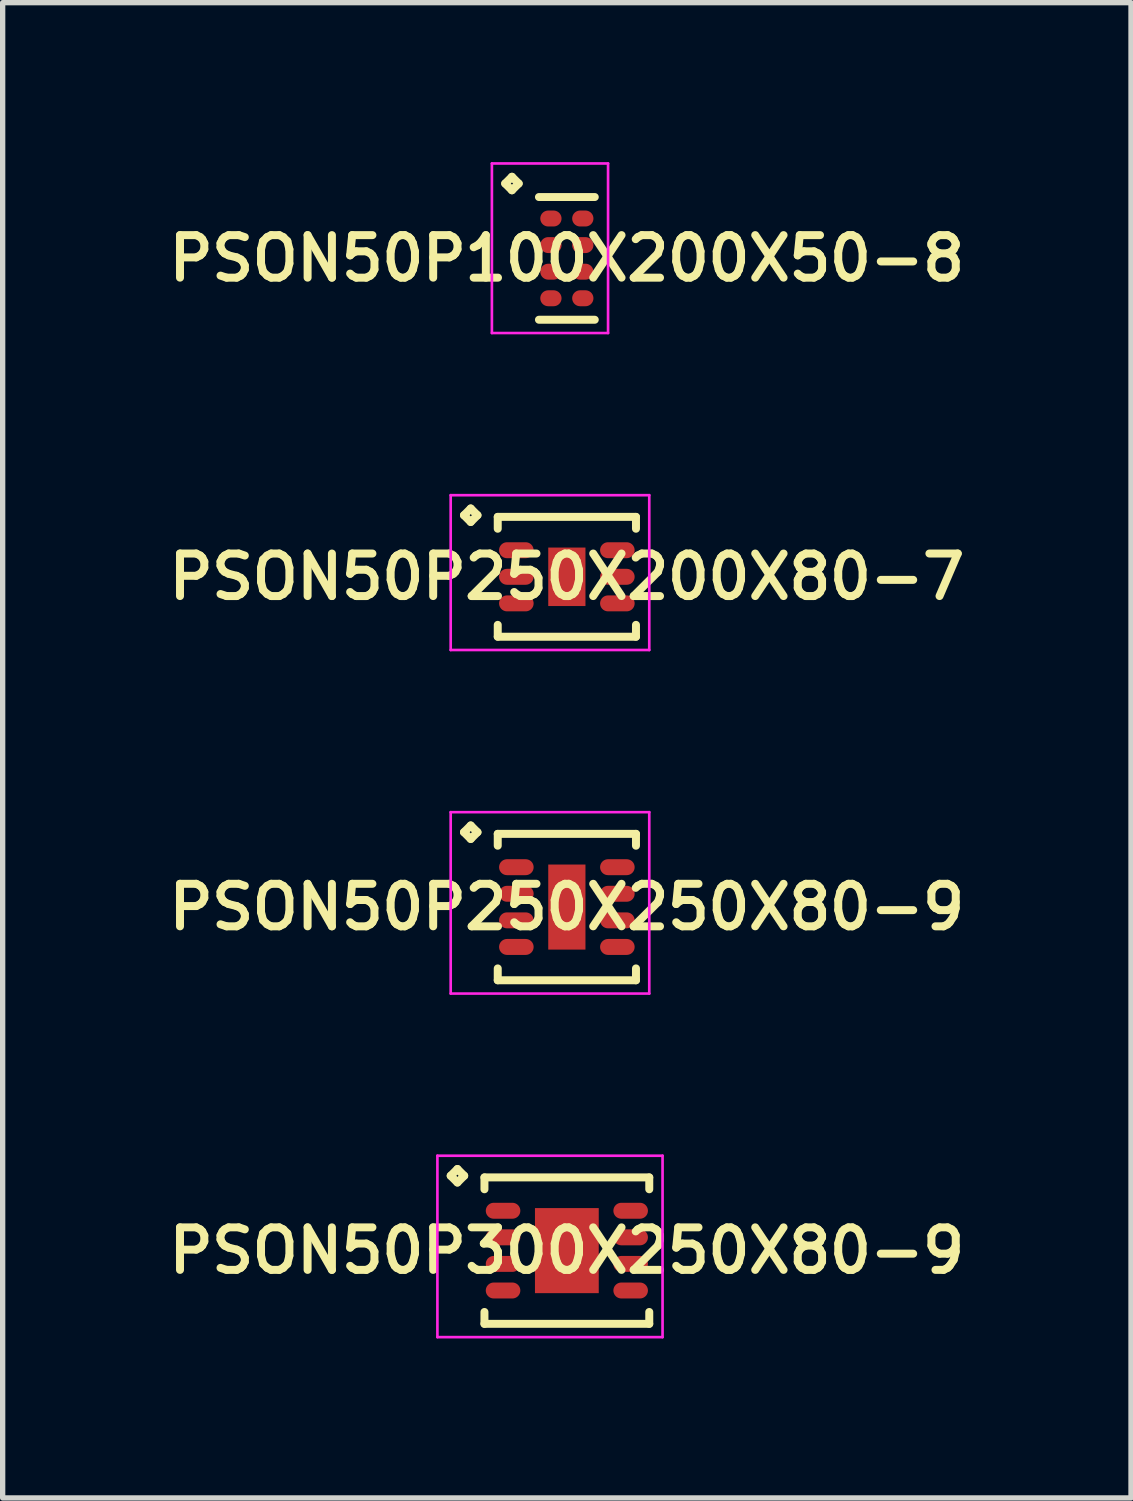
<source format=kicad_pcb>
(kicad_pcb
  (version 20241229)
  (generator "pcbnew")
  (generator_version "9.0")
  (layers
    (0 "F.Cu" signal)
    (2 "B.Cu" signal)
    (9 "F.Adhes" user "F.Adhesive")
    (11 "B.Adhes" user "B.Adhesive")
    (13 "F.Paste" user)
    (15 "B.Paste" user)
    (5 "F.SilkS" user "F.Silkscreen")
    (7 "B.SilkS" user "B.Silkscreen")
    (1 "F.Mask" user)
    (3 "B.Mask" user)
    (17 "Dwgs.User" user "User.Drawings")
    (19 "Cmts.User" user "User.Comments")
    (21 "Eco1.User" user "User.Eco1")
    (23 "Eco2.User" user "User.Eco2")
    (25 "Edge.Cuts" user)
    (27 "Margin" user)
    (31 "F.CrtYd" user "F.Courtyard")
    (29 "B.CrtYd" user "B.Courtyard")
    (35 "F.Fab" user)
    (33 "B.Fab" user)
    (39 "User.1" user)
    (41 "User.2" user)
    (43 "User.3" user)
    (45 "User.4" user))
  (footprint "PSON50P300X250X80-9"
    (layer "F.Cu")
    (at 7.612 20.473)
    (property "Reference" "PSON50P300X250X80-9" (at 0 0 0) (layer "F.SilkS") (effects (font (size 0.8 0.8) (thickness 0.15))))
    (attr smd)
    (fp_line (start -2.185 -1.408) (end -2.058 -1.535) (stroke (width 0.15) (type solid)) (layer "F.SilkS"))
    (fp_line (start -2.058 -1.535) (end -1.931 -1.408) (stroke (width 0.15) (type solid)) (layer "F.SilkS"))
    (fp_line (start -2.058 -1.281) (end -2.185 -1.408) (stroke (width 0.15) (type solid)) (layer "F.SilkS"))
    (fp_line (start -1.931 -1.408) (end -2.058 -1.281) (stroke (width 0.15) (type solid)) (layer "F.SilkS"))
    (fp_line (start -1.55 -1.377) (end 1.55 -1.377) (stroke (width 0.15) (type solid)) (layer "F.SilkS"))
    (fp_line (start -1.55 -1.154) (end -1.55 -1.377) (stroke (width 0.15) (type solid)) (layer "F.SilkS"))
    (fp_line (start -1.55 1.154) (end -1.55 1.377) (stroke (width 0.15) (type solid)) (layer "F.SilkS"))
    (fp_line (start -1.55 1.377) (end 1.55 1.377) (stroke (width 0.15) (type solid)) (layer "F.SilkS"))
    (fp_line (start 1.55 -1.377) (end 1.55 -1.154) (stroke (width 0.15) (type solid)) (layer "F.SilkS"))
    (fp_line (start 1.55 1.377) (end 1.55 1.154) (stroke (width 0.15) (type solid)) (layer "F.SilkS"))
    (fp_line (start -2.435 -1.785) (end 1.8 -1.785) (stroke (width 0.05) (type solid)) (layer "F.CrtYd"))
    (fp_line (start -2.435 1.627) (end -2.435 -1.785) (stroke (width 0.05) (type solid)) (layer "F.CrtYd"))
    (fp_line (start 1.8 -1.785) (end 1.8 1.627) (stroke (width 0.05) (type solid)) (layer "F.CrtYd"))
    (fp_line (start 1.8 1.627) (end -2.435 1.627) (stroke (width 0.05) (type solid)) (layer "F.CrtYd"))
    (pad "1" smd oval (at -1.2 -0.75) (size 0.65 0.3) (layers "F.Cu" "F.Mask" "F.Paste"))
    (pad "2" smd oval (at -1.2 -0.25) (size 0.65 0.3) (layers "F.Cu" "F.Mask" "F.Paste"))
    (pad "3" smd oval (at -1.2 0.25) (size 0.65 0.3) (layers "F.Cu" "F.Mask" "F.Paste"))
    (pad "4" smd oval (at -1.2 0.75) (size 0.65 0.3) (layers "F.Cu" "F.Mask" "F.Paste"))
    (pad "5" smd oval (at 1.2 0.75) (size 0.65 0.3) (layers "F.Cu" "F.Mask" "F.Paste"))
    (pad "6" smd oval (at 1.2 0.25) (size 0.65 0.3) (layers "F.Cu" "F.Mask" "F.Paste"))
    (pad "7" smd oval (at 1.2 -0.25) (size 0.65 0.3) (layers "F.Cu" "F.Mask" "F.Paste"))
    (pad "8" smd oval (at 1.2 -0.75) (size 0.65 0.3) (layers "F.Cu" "F.Mask" "F.Paste"))
    (pad "9" smd rect (at 0 0) (size 1.2 1.6) (layers "F.Cu" "F.Mask" "F.Paste")))
  (footprint "PSON50P250X200X80-7"
    (layer "F.Cu")
    (at 7.612 7.799)
    (property "Reference" "PSON50P250X200X80-7" (at 0 0 0) (layer "F.SilkS") (effects (font (size 0.8 0.8) (thickness 0.15))))
    (attr smd)
    (fp_line (start -1.935 -1.158) (end -1.808 -1.285) (stroke (width 0.15) (type solid)) (layer "F.SilkS"))
    (fp_line (start -1.808 -1.285) (end -1.681 -1.158) (stroke (width 0.15) (type solid)) (layer "F.SilkS"))
    (fp_line (start -1.808 -1.031) (end -1.935 -1.158) (stroke (width 0.15) (type solid)) (layer "F.SilkS"))
    (fp_line (start -1.681 -1.158) (end -1.808 -1.031) (stroke (width 0.15) (type solid)) (layer "F.SilkS"))
    (fp_line (start -1.3 -1.127) (end 1.3 -1.127) (stroke (width 0.15) (type solid)) (layer "F.SilkS"))
    (fp_line (start -1.3 -0.904) (end -1.3 -1.127) (stroke (width 0.15) (type solid)) (layer "F.SilkS"))
    (fp_line (start -1.3 0.904) (end -1.3 1.127) (stroke (width 0.15) (type solid)) (layer "F.SilkS"))
    (fp_line (start -1.3 1.127) (end 1.3 1.127) (stroke (width 0.15) (type solid)) (layer "F.SilkS"))
    (fp_line (start 1.3 -1.127) (end 1.3 -0.904) (stroke (width 0.15) (type solid)) (layer "F.SilkS"))
    (fp_line (start 1.3 1.127) (end 1.3 0.904) (stroke (width 0.15) (type solid)) (layer "F.SilkS"))
    (fp_line (start -2.185 -1.535) (end 1.55 -1.535) (stroke (width 0.05) (type solid)) (layer "F.CrtYd"))
    (fp_line (start -2.185 1.377) (end -2.185 -1.535) (stroke (width 0.05) (type solid)) (layer "F.CrtYd"))
    (fp_line (start 1.55 -1.535) (end 1.55 1.377) (stroke (width 0.05) (type solid)) (layer "F.CrtYd"))
    (fp_line (start 1.55 1.377) (end -2.185 1.377) (stroke (width 0.05) (type solid)) (layer "F.CrtYd"))
    (pad "1" smd oval (at -0.95 -0.5) (size 0.65 0.3) (layers "F.Cu" "F.Mask" "F.Paste"))
    (pad "2" smd oval (at -0.95 0) (size 0.65 0.3) (layers "F.Cu" "F.Mask" "F.Paste"))
    (pad "3" smd oval (at -0.95 0.5) (size 0.65 0.3) (layers "F.Cu" "F.Mask" "F.Paste"))
    (pad "4" smd oval (at 0.95 0.5) (size 0.65 0.3) (layers "F.Cu" "F.Mask" "F.Paste"))
    (pad "5" smd oval (at 0.95 0) (size 0.65 0.3) (layers "F.Cu" "F.Mask" "F.Paste"))
    (pad "6" smd oval (at 0.95 -0.5) (size 0.65 0.3) (layers "F.Cu" "F.Mask" "F.Paste"))
    (pad "7" smd rect (at 0 0) (size 0.7 1.1) (layers "F.Cu" "F.Mask" "F.Paste")))
  (footprint "PSON50P100X200X50-8"
    (layer "F.Cu")
    (at 7.612 1.81)
    (property "Reference" "PSON50P100X200X50-8" (at 0 0 0) (layer "F.SilkS") (effects (font (size 0.8 0.8) (thickness 0.15))))
    (attr smd)
    (fp_line (start -1.16 -1.408) (end -1.033 -1.535) (stroke (width 0.15) (type solid)) (layer "F.SilkS"))
    (fp_line (start -1.033 -1.535) (end -0.906 -1.408) (stroke (width 0.15) (type solid)) (layer "F.SilkS"))
    (fp_line (start -1.033 -1.281) (end -1.16 -1.408) (stroke (width 0.15) (type solid)) (layer "F.SilkS"))
    (fp_line (start -0.906 -1.408) (end -1.033 -1.281) (stroke (width 0.15) (type solid)) (layer "F.SilkS"))
    (fp_line (start -0.525 -1.154) (end 0.525 -1.154) (stroke (width 0.15) (type solid)) (layer "F.SilkS"))
    (fp_line (start -0.525 1.154) (end 0.525 1.154) (stroke (width 0.15) (type solid)) (layer "F.SilkS"))
    (fp_line (start -1.41 -1.785) (end 0.775 -1.785) (stroke (width 0.05) (type solid)) (layer "F.CrtYd"))
    (fp_line (start -1.41 1.404) (end -1.41 -1.785) (stroke (width 0.05) (type solid)) (layer "F.CrtYd"))
    (fp_line (start 0.775 -1.785) (end 0.775 1.404) (stroke (width 0.05) (type solid)) (layer "F.CrtYd"))
    (fp_line (start 0.775 1.404) (end -1.41 1.404) (stroke (width 0.05) (type solid)) (layer "F.CrtYd"))
    (pad "1" smd oval (at -0.3 -0.75) (size 0.4 0.3) (layers "F.Cu" "F.Mask" "F.Paste"))
    (pad "2" smd oval (at -0.3 -0.25) (size 0.4 0.3) (layers "F.Cu" "F.Mask" "F.Paste"))
    (pad "3" smd oval (at -0.3 0.25) (size 0.4 0.3) (layers "F.Cu" "F.Mask" "F.Paste"))
    (pad "4" smd oval (at -0.3 0.75) (size 0.4 0.3) (layers "F.Cu" "F.Mask" "F.Paste"))
    (pad "5" smd oval (at 0.3 0.75) (size 0.4 0.3) (layers "F.Cu" "F.Mask" "F.Paste"))
    (pad "6" smd oval (at 0.3 0.25) (size 0.4 0.3) (layers "F.Cu" "F.Mask" "F.Paste"))
    (pad "7" smd oval (at 0.3 -0.25) (size 0.4 0.3) (layers "F.Cu" "F.Mask" "F.Paste"))
    (pad "8" smd oval (at 0.3 -0.75) (size 0.4 0.3) (layers "F.Cu" "F.Mask" "F.Paste")))
  (footprint "PSON50P250X250X80-9"
    (layer "F.Cu")
    (at 7.612 14.011)
    (property "Reference" "PSON50P250X250X80-9" (at 0 0 0) (layer "F.SilkS") (effects (font (size 0.8 0.8) (thickness 0.15))))
    (attr smd)
    (fp_line (start -1.935 -1.408) (end -1.808 -1.535) (stroke (width 0.15) (type solid)) (layer "F.SilkS"))
    (fp_line (start -1.808 -1.535) (end -1.681 -1.408) (stroke (width 0.15) (type solid)) (layer "F.SilkS"))
    (fp_line (start -1.808 -1.281) (end -1.935 -1.408) (stroke (width 0.15) (type solid)) (layer "F.SilkS"))
    (fp_line (start -1.681 -1.408) (end -1.808 -1.281) (stroke (width 0.15) (type solid)) (layer "F.SilkS"))
    (fp_line (start -1.3 -1.377) (end 1.3 -1.377) (stroke (width 0.15) (type solid)) (layer "F.SilkS"))
    (fp_line (start -1.3 -1.154) (end -1.3 -1.377) (stroke (width 0.15) (type solid)) (layer "F.SilkS"))
    (fp_line (start -1.3 1.154) (end -1.3 1.377) (stroke (width 0.15) (type solid)) (layer "F.SilkS"))
    (fp_line (start -1.3 1.377) (end 1.3 1.377) (stroke (width 0.15) (type solid)) (layer "F.SilkS"))
    (fp_line (start 1.3 -1.377) (end 1.3 -1.154) (stroke (width 0.15) (type solid)) (layer "F.SilkS"))
    (fp_line (start 1.3 1.377) (end 1.3 1.154) (stroke (width 0.15) (type solid)) (layer "F.SilkS"))
    (fp_line (start -2.185 -1.785) (end 1.55 -1.785) (stroke (width 0.05) (type solid)) (layer "F.CrtYd"))
    (fp_line (start -2.185 1.627) (end -2.185 -1.785) (stroke (width 0.05) (type solid)) (layer "F.CrtYd"))
    (fp_line (start 1.55 -1.785) (end 1.55 1.627) (stroke (width 0.05) (type solid)) (layer "F.CrtYd"))
    (fp_line (start 1.55 1.627) (end -2.185 1.627) (stroke (width 0.05) (type solid)) (layer "F.CrtYd"))
    (pad "1" smd oval (at -0.95 -0.75) (size 0.65 0.3) (layers "F.Cu" "F.Mask" "F.Paste"))
    (pad "2" smd oval (at -0.95 -0.25) (size 0.65 0.3) (layers "F.Cu" "F.Mask" "F.Paste"))
    (pad "3" smd oval (at -0.95 0.25) (size 0.65 0.3) (layers "F.Cu" "F.Mask" "F.Paste"))
    (pad "4" smd oval (at -0.95 0.75) (size 0.65 0.3) (layers "F.Cu" "F.Mask" "F.Paste"))
    (pad "5" smd oval (at 0.95 0.75) (size 0.65 0.3) (layers "F.Cu" "F.Mask" "F.Paste"))
    (pad "6" smd oval (at 0.95 0.25) (size 0.65 0.3) (layers "F.Cu" "F.Mask" "F.Paste"))
    (pad "7" smd oval (at 0.95 -0.25) (size 0.65 0.3) (layers "F.Cu" "F.Mask" "F.Paste"))
    (pad "8" smd oval (at 0.95 -0.75) (size 0.65 0.3) (layers "F.Cu" "F.Mask" "F.Paste"))
    (pad "9" smd rect (at 0 0) (size 0.7 1.6) (layers "F.Cu" "F.Mask" "F.Paste")))
  (gr_rect
    (start -3 -3)
    (end 18.223 25.125)
    (stroke (width 0.1) (type default))
    (fill no)
    (layer "Edge.Cuts")))
</source>
